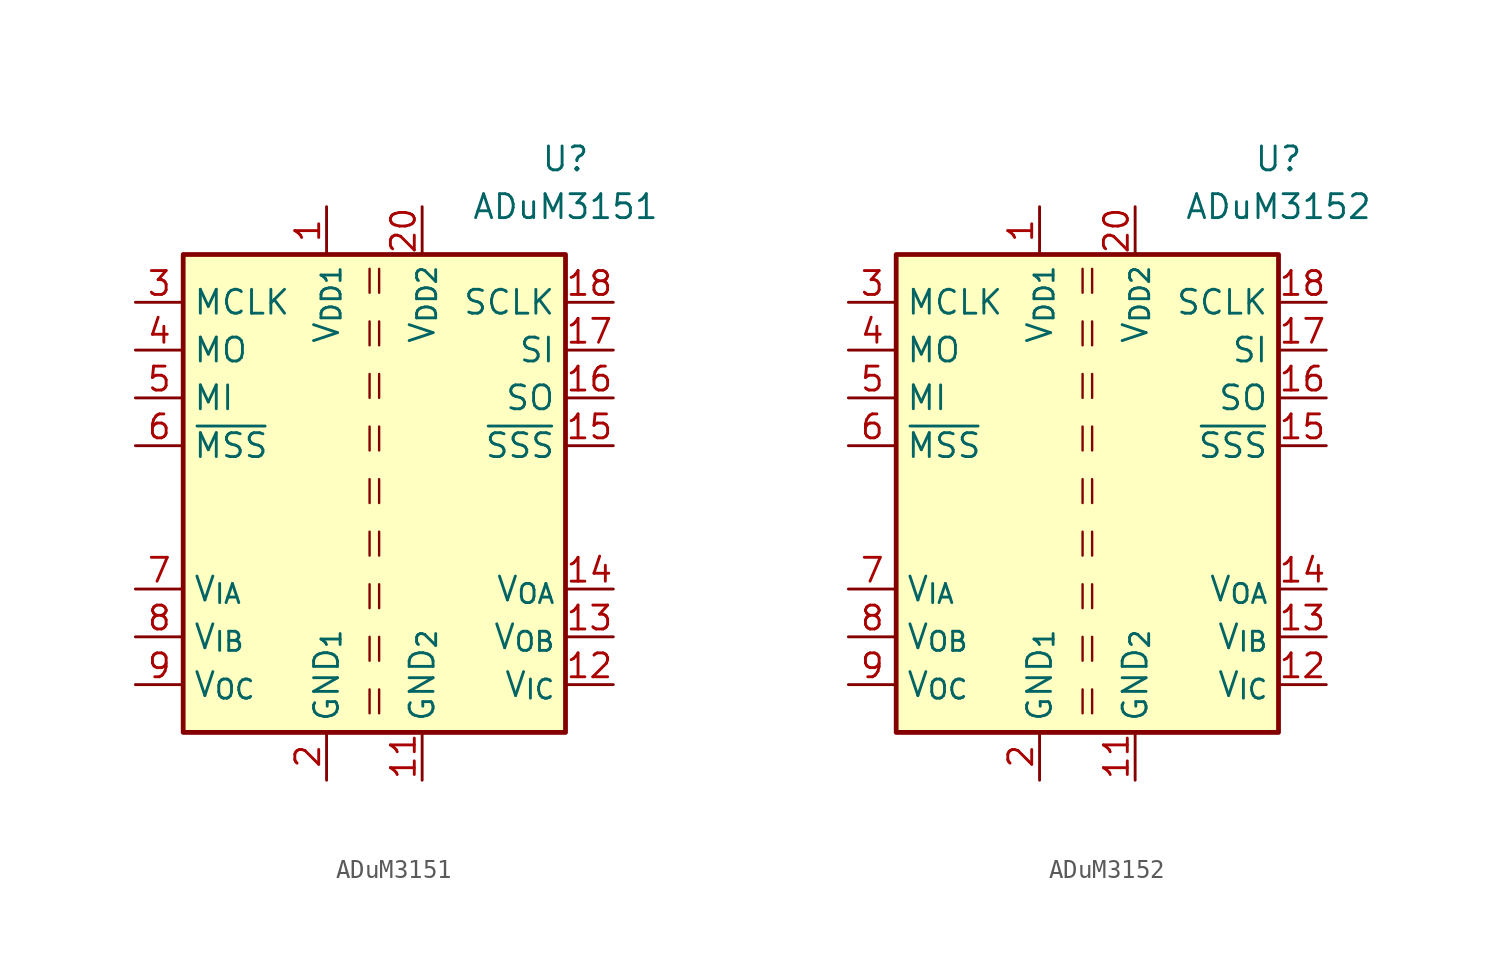
<source format=kicad_sym>
(kicad_symbol_lib
  (version 20211014)
  (generator kicad_symbol_editor)
  (symbol "ADuM3151"
    (property "Reference" "U"
      (at 10.16 17.78 0)
      (effects (font (size 1.27 1.27))))
    (property "Value" "ADuM3151"
      (at 10.16 15.24 0)
      (effects (font (size 1.27 1.27))))
    (symbol "ADuM3151_0_0"
      (rectangle (start -10.16 12.7) (end 10.16 -12.7) (stroke (width 0.254) (type default) (color 0 0 0 0)) (fill (type background))))
    (symbol "ADuM3151_1_1"
      (polyline (pts (xy -0.254 -10.414) (xy -0.254 -11.684)) (stroke (width 0.127) (type default) (color 0 0 0 0)) (fill (type none)))
      (polyline (pts (xy -0.254 -7.62) (xy -0.254 -8.89)) (stroke (width 0.127) (type default) (color 0 0 0 0)) (fill (type none)))
      (polyline (pts (xy -0.254 -4.826) (xy -0.254 -6.096)) (stroke (width 0.127) (type default) (color 0 0 0 0)) (fill (type none)))
      (polyline (pts (xy -0.254 -2.032) (xy -0.254 -3.302)) (stroke (width 0.127) (type default) (color 0 0 0 0)) (fill (type none)))
      (polyline (pts (xy -0.254 0.762) (xy -0.254 -0.508)) (stroke (width 0.127) (type default) (color 0 0 0 0)) (fill (type none)))
      (polyline (pts (xy -0.254 3.556) (xy -0.254 2.286)) (stroke (width 0.127) (type default) (color 0 0 0 0)) (fill (type none)))
      (polyline (pts (xy -0.254 6.35) (xy -0.254 5.08)) (stroke (width 0.127) (type default) (color 0 0 0 0)) (fill (type none)))
      (polyline (pts (xy -0.254 9.144) (xy -0.254 7.874)) (stroke (width 0.127) (type default) (color 0 0 0 0)) (fill (type none)))
      (polyline (pts (xy -0.254 11.938) (xy -0.254 10.668)) (stroke (width 0.127) (type default) (color 0 0 0 0)) (fill (type none)))
      (polyline (pts (xy 0.254 -10.414) (xy 0.254 -11.684)) (stroke (width 0.127) (type default) (color 0 0 0 0)) (fill (type none)))
      (polyline (pts (xy 0.254 -7.62) (xy 0.254 -8.89)) (stroke (width 0.127) (type default) (color 0 0 0 0)) (fill (type none)))
      (polyline (pts (xy 0.254 -4.826) (xy 0.254 -6.096)) (stroke (width 0.127) (type default) (color 0 0 0 0)) (fill (type none)))
      (polyline (pts (xy 0.254 -2.032) (xy 0.254 -3.302)) (stroke (width 0.127) (type default) (color 0 0 0 0)) (fill (type none)))
      (polyline (pts (xy 0.254 0.762) (xy 0.254 -0.508)) (stroke (width 0.127) (type default) (color 0 0 0 0)) (fill (type none)))
      (polyline (pts (xy 0.254 3.556) (xy 0.254 2.286)) (stroke (width 0.127) (type default) (color 0 0 0 0)) (fill (type none)))
      (polyline (pts (xy 0.254 6.35) (xy 0.254 5.08)) (stroke (width 0.127) (type default) (color 0 0 0 0)) (fill (type none)))
      (polyline (pts (xy 0.254 9.144) (xy 0.254 7.874)) (stroke (width 0.127) (type default) (color 0 0 0 0)) (fill (type none)))
      (polyline (pts (xy 0.254 11.938) (xy 0.254 10.668)) (stroke (width 0.127) (type default) (color 0 0 0 0)) (fill (type none)))
      (pin power_in line (at -2.54 15.24 270) (length 2.54) (name "V_{DD1}" (effects (font (size 1.27 1.27)))) (number "1" (effects (font (size 1.27 1.27)))))
      (pin passive line (at -2.54 -15.24 90) (length 2.54) hide (name "GND_{1}" (effects (font (size 1.27 1.27)))) (number "10" (effects (font (size 1.27 1.27)))))
      (pin power_in line (at 2.54 -15.24 90) (length 2.54) (name "GND_{2}" (effects (font (size 1.27 1.27)))) (number "11" (effects (font (size 1.27 1.27)))))
      (pin input line (at 12.7 -10.16 180) (length 2.54) (name "V_{IC}" (effects (font (size 1.27 1.27)))) (number "12" (effects (font (size 1.27 1.27)))))
      (pin output line (at 12.7 -7.62 180) (length 2.54) (name "V_{OB}" (effects (font (size 1.27 1.27)))) (number "13" (effects (font (size 1.27 1.27)))))
      (pin output line (at 12.7 -5.08 180) (length 2.54) (name "V_{OA}" (effects (font (size 1.27 1.27)))) (number "14" (effects (font (size 1.27 1.27)))))
      (pin output line (at 12.7 2.54 180) (length 2.54) (name "~{SSS}" (effects (font (size 1.27 1.27)))) (number "15" (effects (font (size 1.27 1.27)))))
      (pin input line (at 12.7 5.08 180) (length 2.54) (name "SO" (effects (font (size 1.27 1.27)))) (number "16" (effects (font (size 1.27 1.27)))))
      (pin output line (at 12.7 7.62 180) (length 2.54) (name "SI" (effects (font (size 1.27 1.27)))) (number "17" (effects (font (size 1.27 1.27)))))
      (pin output line (at 12.7 10.16 180) (length 2.54) (name "SCLK" (effects (font (size 1.27 1.27)))) (number "18" (effects (font (size 1.27 1.27)))))
      (pin passive line (at 2.54 -15.24 90) (length 2.54) hide (name "GND_{2}" (effects (font (size 1.27 1.27)))) (number "19" (effects (font (size 1.27 1.27)))))
      (pin power_in line (at -2.54 -15.24 90) (length 2.54) (name "GND_{1}" (effects (font (size 1.27 1.27)))) (number "2" (effects (font (size 1.27 1.27)))))
      (pin power_in line (at 2.54 15.24 270) (length 2.54) (name "V_{DD2}" (effects (font (size 1.27 1.27)))) (number "20" (effects (font (size 1.27 1.27)))))
      (pin input line (at -12.7 10.16 0) (length 2.54) (name "MCLK" (effects (font (size 1.27 1.27)))) (number "3" (effects (font (size 1.27 1.27)))))
      (pin input line (at -12.7 7.62 0) (length 2.54) (name "MO" (effects (font (size 1.27 1.27)))) (number "4" (effects (font (size 1.27 1.27)))))
      (pin output line (at -12.7 5.08 0) (length 2.54) (name "MI" (effects (font (size 1.27 1.27)))) (number "5" (effects (font (size 1.27 1.27)))))
      (pin input line (at -12.7 2.54 0) (length 2.54) (name "~{MSS}" (effects (font (size 1.27 1.27)))) (number "6" (effects (font (size 1.27 1.27)))))
      (pin input line (at -12.7 -5.08 0) (length 2.54) (name "V_{IA}" (effects (font (size 1.27 1.27)))) (number "7" (effects (font (size 1.27 1.27)))))
      (pin input line (at -12.7 -7.62 0) (length 2.54) (name "V_{IB}" (effects (font (size 1.27 1.27)))) (number "8" (effects (font (size 1.27 1.27)))))
      (pin output line (at -12.7 -10.16 0) (length 2.54) (name "V_{OC}" (effects (font (size 1.27 1.27)))) (number "9" (effects (font (size 1.27 1.27)))))))
  (symbol "ADuM3152"
    (property "Reference" "U"
      (at 10.16 17.78 0)
      (effects (font (size 1.27 1.27))))
    (property "Value" "ADuM3152"
      (at 10.16 15.24 0)
      (effects (font (size 1.27 1.27))))
    (symbol "ADuM3152_0_0"
      (rectangle (start -10.16 12.7) (end 10.16 -12.7) (stroke (width 0.254) (type default) (color 0 0 0 0)) (fill (type background))))
    (symbol "ADuM3152_1_1"
      (polyline (pts (xy -0.254 -10.414) (xy -0.254 -11.684)) (stroke (width 0.127) (type default) (color 0 0 0 0)) (fill (type none)))
      (polyline (pts (xy -0.254 -7.62) (xy -0.254 -8.89)) (stroke (width 0.127) (type default) (color 0 0 0 0)) (fill (type none)))
      (polyline (pts (xy -0.254 -4.826) (xy -0.254 -6.096)) (stroke (width 0.127) (type default) (color 0 0 0 0)) (fill (type none)))
      (polyline (pts (xy -0.254 -2.032) (xy -0.254 -3.302)) (stroke (width 0.127) (type default) (color 0 0 0 0)) (fill (type none)))
      (polyline (pts (xy -0.254 0.762) (xy -0.254 -0.508)) (stroke (width 0.127) (type default) (color 0 0 0 0)) (fill (type none)))
      (polyline (pts (xy -0.254 3.556) (xy -0.254 2.286)) (stroke (width 0.127) (type default) (color 0 0 0 0)) (fill (type none)))
      (polyline (pts (xy -0.254 6.35) (xy -0.254 5.08)) (stroke (width 0.127) (type default) (color 0 0 0 0)) (fill (type none)))
      (polyline (pts (xy -0.254 9.144) (xy -0.254 7.874)) (stroke (width 0.127) (type default) (color 0 0 0 0)) (fill (type none)))
      (polyline (pts (xy -0.254 11.938) (xy -0.254 10.668)) (stroke (width 0.127) (type default) (color 0 0 0 0)) (fill (type none)))
      (polyline (pts (xy 0.254 -10.414) (xy 0.254 -11.684)) (stroke (width 0.127) (type default) (color 0 0 0 0)) (fill (type none)))
      (polyline (pts (xy 0.254 -7.62) (xy 0.254 -8.89)) (stroke (width 0.127) (type default) (color 0 0 0 0)) (fill (type none)))
      (polyline (pts (xy 0.254 -4.826) (xy 0.254 -6.096)) (stroke (width 0.127) (type default) (color 0 0 0 0)) (fill (type none)))
      (polyline (pts (xy 0.254 -2.032) (xy 0.254 -3.302)) (stroke (width 0.127) (type default) (color 0 0 0 0)) (fill (type none)))
      (polyline (pts (xy 0.254 0.762) (xy 0.254 -0.508)) (stroke (width 0.127) (type default) (color 0 0 0 0)) (fill (type none)))
      (polyline (pts (xy 0.254 3.556) (xy 0.254 2.286)) (stroke (width 0.127) (type default) (color 0 0 0 0)) (fill (type none)))
      (polyline (pts (xy 0.254 6.35) (xy 0.254 5.08)) (stroke (width 0.127) (type default) (color 0 0 0 0)) (fill (type none)))
      (polyline (pts (xy 0.254 9.144) (xy 0.254 7.874)) (stroke (width 0.127) (type default) (color 0 0 0 0)) (fill (type none)))
      (polyline (pts (xy 0.254 11.938) (xy 0.254 10.668)) (stroke (width 0.127) (type default) (color 0 0 0 0)) (fill (type none)))
      (pin power_in line (at -2.54 15.24 270) (length 2.54) (name "V_{DD1}" (effects (font (size 1.27 1.27)))) (number "1" (effects (font (size 1.27 1.27)))))
      (pin passive line (at -2.54 -15.24 90) (length 2.54) hide (name "GND_{1}" (effects (font (size 1.27 1.27)))) (number "10" (effects (font (size 1.27 1.27)))))
      (pin power_in line (at 2.54 -15.24 90) (length 2.54) (name "GND_{2}" (effects (font (size 1.27 1.27)))) (number "11" (effects (font (size 1.27 1.27)))))
      (pin input line (at 12.7 -10.16 180) (length 2.54) (name "V_{IC}" (effects (font (size 1.27 1.27)))) (number "12" (effects (font (size 1.27 1.27)))))
      (pin input line (at 12.7 -7.62 180) (length 2.54) (name "V_{IB}" (effects (font (size 1.27 1.27)))) (number "13" (effects (font (size 1.27 1.27)))))
      (pin output line (at 12.7 -5.08 180) (length 2.54) (name "V_{OA}" (effects (font (size 1.27 1.27)))) (number "14" (effects (font (size 1.27 1.27)))))
      (pin output line (at 12.7 2.54 180) (length 2.54) (name "~{SSS}" (effects (font (size 1.27 1.27)))) (number "15" (effects (font (size 1.27 1.27)))))
      (pin input line (at 12.7 5.08 180) (length 2.54) (name "SO" (effects (font (size 1.27 1.27)))) (number "16" (effects (font (size 1.27 1.27)))))
      (pin output line (at 12.7 7.62 180) (length 2.54) (name "SI" (effects (font (size 1.27 1.27)))) (number "17" (effects (font (size 1.27 1.27)))))
      (pin output line (at 12.7 10.16 180) (length 2.54) (name "SCLK" (effects (font (size 1.27 1.27)))) (number "18" (effects (font (size 1.27 1.27)))))
      (pin passive line (at 2.54 -15.24 90) (length 2.54) hide (name "GND_{2}" (effects (font (size 1.27 1.27)))) (number "19" (effects (font (size 1.27 1.27)))))
      (pin power_in line (at -2.54 -15.24 90) (length 2.54) (name "GND_{1}" (effects (font (size 1.27 1.27)))) (number "2" (effects (font (size 1.27 1.27)))))
      (pin power_in line (at 2.54 15.24 270) (length 2.54) (name "V_{DD2}" (effects (font (size 1.27 1.27)))) (number "20" (effects (font (size 1.27 1.27)))))
      (pin input line (at -12.7 10.16 0) (length 2.54) (name "MCLK" (effects (font (size 1.27 1.27)))) (number "3" (effects (font (size 1.27 1.27)))))
      (pin input line (at -12.7 7.62 0) (length 2.54) (name "MO" (effects (font (size 1.27 1.27)))) (number "4" (effects (font (size 1.27 1.27)))))
      (pin output line (at -12.7 5.08 0) (length 2.54) (name "MI" (effects (font (size 1.27 1.27)))) (number "5" (effects (font (size 1.27 1.27)))))
      (pin input line (at -12.7 2.54 0) (length 2.54) (name "~{MSS}" (effects (font (size 1.27 1.27)))) (number "6" (effects (font (size 1.27 1.27)))))
      (pin input line (at -12.7 -5.08 0) (length 2.54) (name "V_{IA}" (effects (font (size 1.27 1.27)))) (number "7" (effects (font (size 1.27 1.27)))))
      (pin output line (at -12.7 -7.62 0) (length 2.54) (name "V_{OB}" (effects (font (size 1.27 1.27)))) (number "8" (effects (font (size 1.27 1.27)))))
      (pin output line (at -12.7 -10.16 0) (length 2.54) (name "V_{OC}" (effects (font (size 1.27 1.27)))) (number "9" (effects (font (size 1.27 1.27))))))))
</source>
